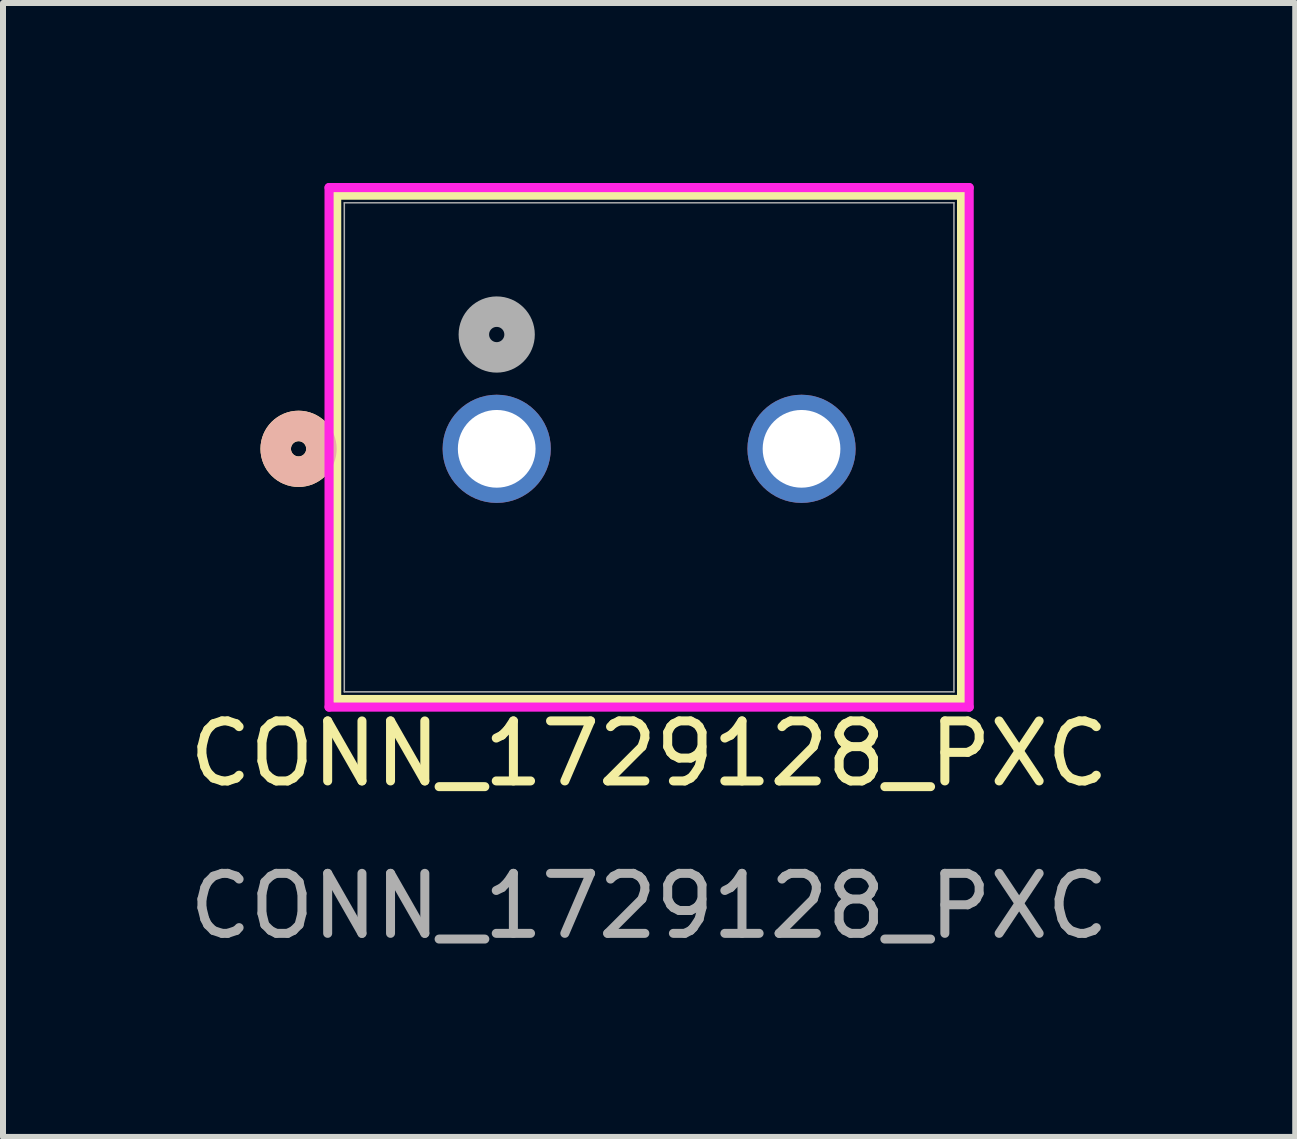
<source format=kicad_pcb>
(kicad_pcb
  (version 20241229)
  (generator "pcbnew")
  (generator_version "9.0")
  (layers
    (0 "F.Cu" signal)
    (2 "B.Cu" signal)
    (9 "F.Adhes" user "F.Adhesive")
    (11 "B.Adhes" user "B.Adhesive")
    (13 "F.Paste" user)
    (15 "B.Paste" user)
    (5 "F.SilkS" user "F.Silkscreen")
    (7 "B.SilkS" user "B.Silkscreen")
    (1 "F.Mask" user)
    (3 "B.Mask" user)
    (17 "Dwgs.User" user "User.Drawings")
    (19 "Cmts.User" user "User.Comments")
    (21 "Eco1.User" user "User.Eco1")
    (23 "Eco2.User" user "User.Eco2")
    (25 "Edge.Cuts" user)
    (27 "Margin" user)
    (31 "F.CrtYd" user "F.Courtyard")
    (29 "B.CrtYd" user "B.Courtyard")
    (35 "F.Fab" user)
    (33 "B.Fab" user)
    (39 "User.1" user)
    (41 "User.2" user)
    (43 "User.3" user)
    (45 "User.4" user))
  (footprint "CONN_1729128_PXC"
    (layer "F.Cu")
    (at 5.228 4.43)
    (property "Reference" "CONN_1729128_PXC" (at 2.54 5.08 0) (unlocked yes) (layer "F.SilkS") (effects (font (size 1 1) (thickness 0.15))))
    (attr through_hole)
    (fp_line (start -2.667 -4.227) (end -2.667 4.177) (stroke (width 0.152) (type solid)) (layer "F.SilkS"))
    (fp_line (start -2.667 4.177) (end 7.747 4.177) (stroke (width 0.152) (type solid)) (layer "F.SilkS"))
    (fp_line (start 7.747 -4.227) (end -2.667 -4.227) (stroke (width 0.152) (type solid)) (layer "F.SilkS"))
    (fp_line (start 7.747 4.177) (end 7.747 -4.227) (stroke (width 0.152) (type solid)) (layer "F.SilkS"))
    (fp_circle (center -3.302 0) (end -2.921 0) (stroke (width 0.508) (type solid)) (fill no) (layer "F.SilkS"))
    (fp_circle (center -3.302 0) (end -2.921 0) (stroke (width 0.508) (type solid)) (fill no) (layer "B.SilkS"))
    (fp_line (start -2.794 -4.354) (end -2.794 4.304) (stroke (width 0.152) (type solid)) (layer "F.CrtYd"))
    (fp_line (start -2.794 4.304) (end 7.874 4.304) (stroke (width 0.152) (type solid)) (layer "F.CrtYd"))
    (fp_line (start 7.874 -4.354) (end -2.794 -4.354) (stroke (width 0.152) (type solid)) (layer "F.CrtYd"))
    (fp_line (start 7.874 4.304) (end 7.874 -4.354) (stroke (width 0.152) (type solid)) (layer "F.CrtYd"))
    (fp_line (start -2.54 -4.1) (end -2.54 4.05) (stroke (width 0.025) (type solid)) (layer "F.Fab"))
    (fp_line (start -2.54 4.05) (end 7.62 4.05) (stroke (width 0.025) (type solid)) (layer "F.Fab"))
    (fp_line (start 7.62 -4.1) (end -2.54 -4.1) (stroke (width 0.025) (type solid)) (layer "F.Fab"))
    (fp_line (start 7.62 4.05) (end 7.62 -4.1) (stroke (width 0.025) (type solid)) (layer "F.Fab"))
    (fp_circle (center 0 -1.905) (end 0.381 -1.905) (stroke (width 0.508) (type solid)) (fill no) (layer "F.Fab"))
    (fp_text user "${REFERENCE}" (at 2.54 7.62 0) (unlocked yes) (layer "F.Fab") (effects (font (size 1 1) (thickness 0.15))))
    (pad "1" thru_hole circle (at 0 0) (size 1.803 1.803) (drill 1.295) (layers "*.Cu" "*.Mask"))
    (pad "2" thru_hole circle (at 5.08 0) (size 1.803 1.803) (drill 1.295) (layers "*.Cu" "*.Mask")))
  (gr_rect
    (start -3 -3)
    (end 18.536 15.898)
    (stroke (width 0.1) (type default))
    (fill no)
    (layer "Edge.Cuts")))
</source>
